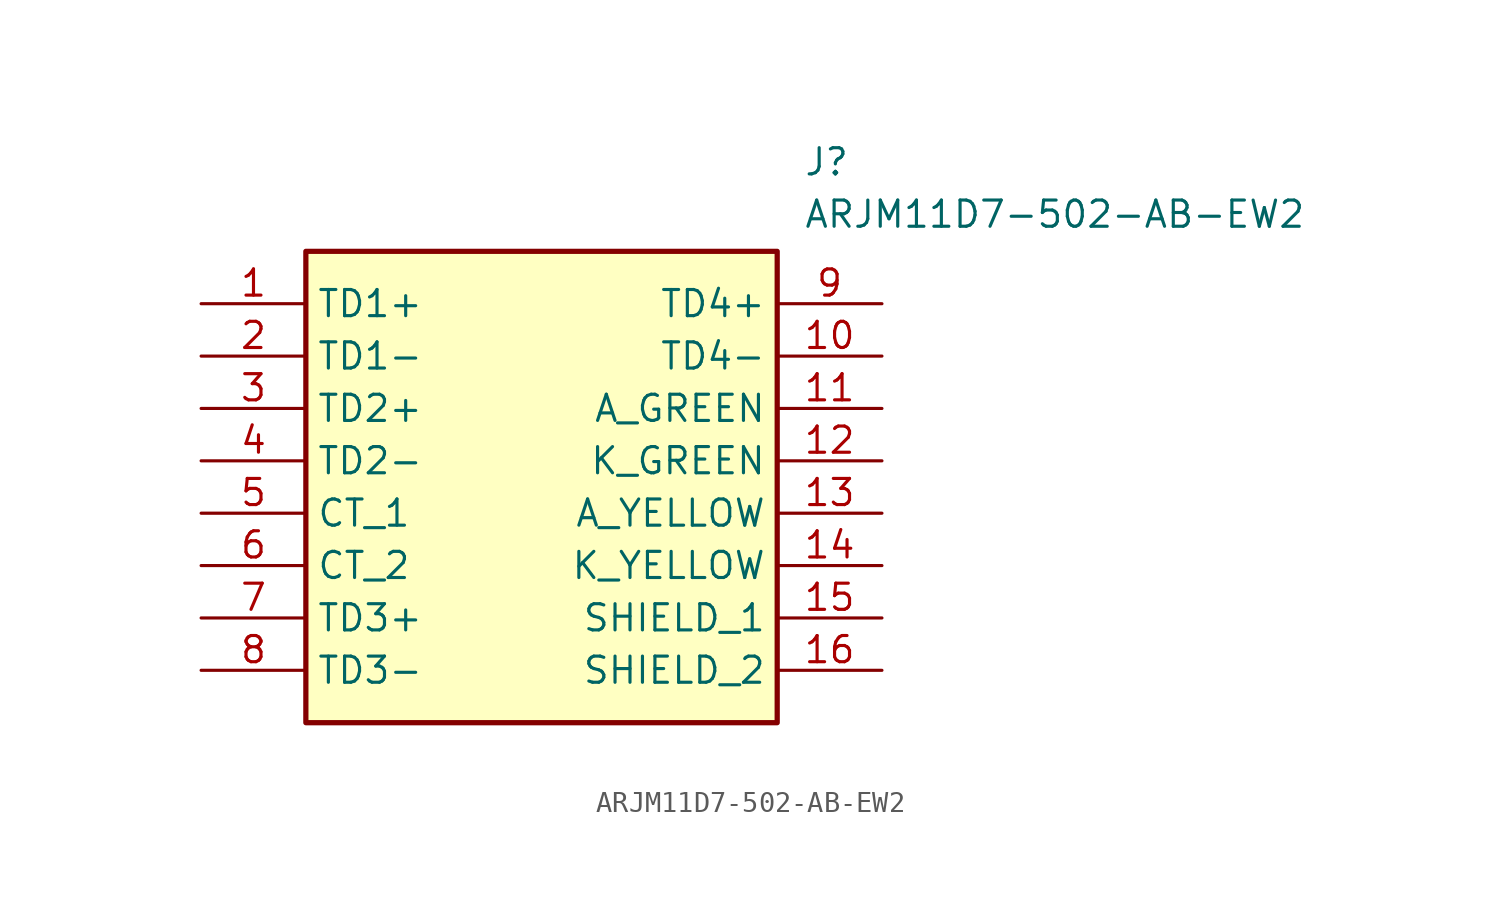
<source format=kicad_sym>
(kicad_symbol_lib
  (version 20211014)
  (generator SamacSys_ECAD_Model)
  (symbol "ARJM11D7-502-AB-EW2"
    (property "Reference" "J"
      (at 29.21 7.62 0)
      (effects (font (size 1.27 1.27)) (justify left top)))
    (property "Value" "ARJM11D7-502-AB-EW2"
      (at 29.21 5.08 0)
      (effects (font (size 1.27 1.27)) (justify left top)))
    (rectangle
      (start 5.08 2.54)
      (end 27.94 -20.32)
      (stroke (width 0.254) (type default))
      (fill (type background)))
    (pin passive line
      (at 0 0 0)
      (length 5.08)
      (name "TD1+" (effects (font (size 1.27 1.27))))
      (number "1" (effects (font (size 1.27 1.27)))))
    (pin passive line
      (at 0 -2.54 0)
      (length 5.08)
      (name "TD1-" (effects (font (size 1.27 1.27))))
      (number "2" (effects (font (size 1.27 1.27)))))
    (pin passive line
      (at 0 -5.08 0)
      (length 5.08)
      (name "TD2+" (effects (font (size 1.27 1.27))))
      (number "3" (effects (font (size 1.27 1.27)))))
    (pin passive line
      (at 0 -7.62 0)
      (length 5.08)
      (name "TD2-" (effects (font (size 1.27 1.27))))
      (number "4" (effects (font (size 1.27 1.27)))))
    (pin passive line
      (at 0 -10.16 0)
      (length 5.08)
      (name "CT_1" (effects (font (size 1.27 1.27))))
      (number "5" (effects (font (size 1.27 1.27)))))
    (pin passive line
      (at 0 -12.7 0)
      (length 5.08)
      (name "CT_2" (effects (font (size 1.27 1.27))))
      (number "6" (effects (font (size 1.27 1.27)))))
    (pin passive line
      (at 0 -15.24 0)
      (length 5.08)
      (name "TD3+" (effects (font (size 1.27 1.27))))
      (number "7" (effects (font (size 1.27 1.27)))))
    (pin passive line
      (at 0 -17.78 0)
      (length 5.08)
      (name "TD3-" (effects (font (size 1.27 1.27))))
      (number "8" (effects (font (size 1.27 1.27)))))
    (pin passive line
      (at 33.02 0 180)
      (length 5.08)
      (name "TD4+" (effects (font (size 1.27 1.27))))
      (number "9" (effects (font (size 1.27 1.27)))))
    (pin passive line
      (at 33.02 -2.54 180)
      (length 5.08)
      (name "TD4-" (effects (font (size 1.27 1.27))))
      (number "10" (effects (font (size 1.27 1.27)))))
    (pin passive line
      (at 33.02 -5.08 180)
      (length 5.08)
      (name "A_GREEN" (effects (font (size 1.27 1.27))))
      (number "11" (effects (font (size 1.27 1.27)))))
    (pin passive line
      (at 33.02 -7.62 180)
      (length 5.08)
      (name "K_GREEN" (effects (font (size 1.27 1.27))))
      (number "12" (effects (font (size 1.27 1.27)))))
    (pin passive line
      (at 33.02 -10.16 180)
      (length 5.08)
      (name "A_YELLOW" (effects (font (size 1.27 1.27))))
      (number "13" (effects (font (size 1.27 1.27)))))
    (pin passive line
      (at 33.02 -12.7 180)
      (length 5.08)
      (name "K_YELLOW" (effects (font (size 1.27 1.27))))
      (number "14" (effects (font (size 1.27 1.27)))))
    (pin passive line
      (at 33.02 -15.24 180)
      (length 5.08)
      (name "SHIELD_1" (effects (font (size 1.27 1.27))))
      (number "15" (effects (font (size 1.27 1.27)))))
    (pin passive line
      (at 33.02 -17.78 180)
      (length 5.08)
      (name "SHIELD_2" (effects (font (size 1.27 1.27))))
      (number "16" (effects (font (size 1.27 1.27)))))))
</source>
